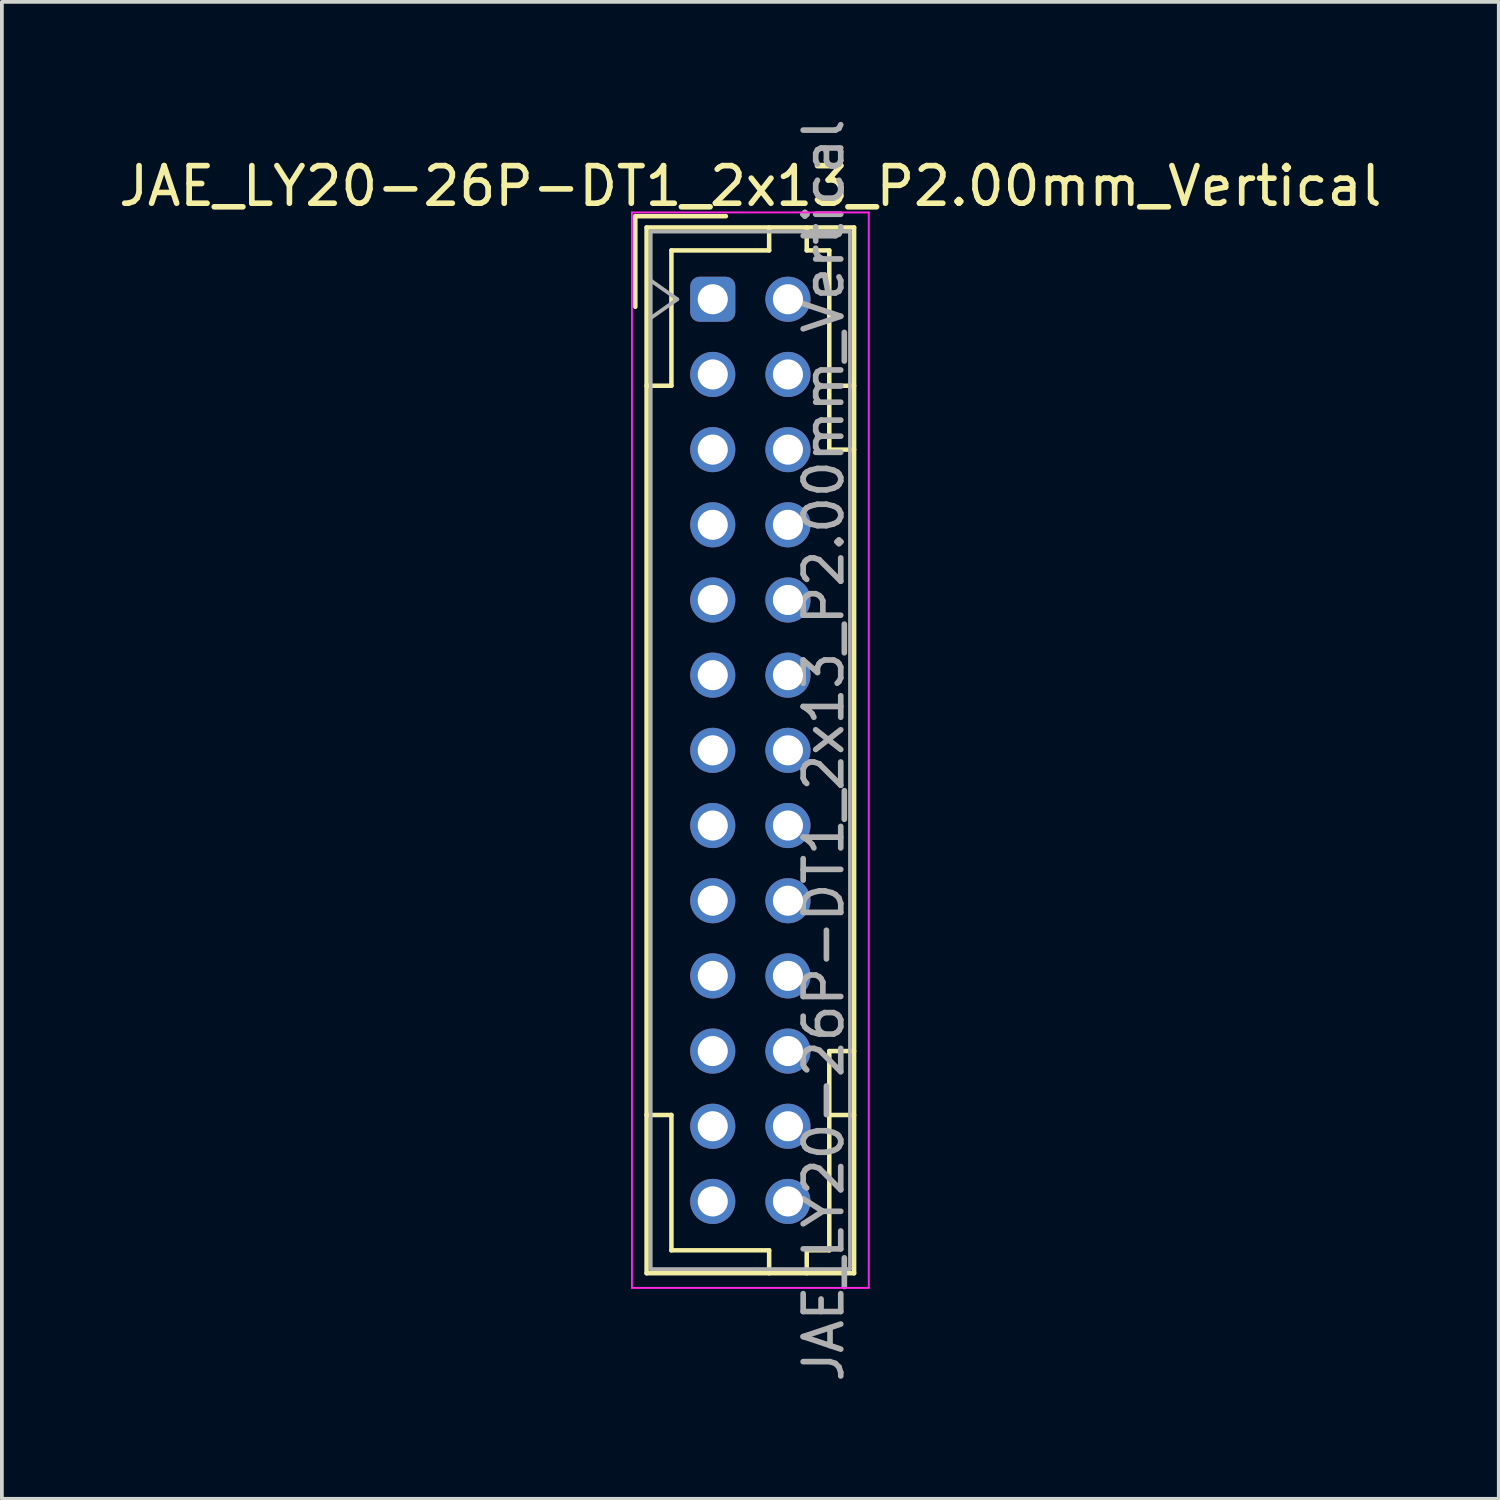
<source format=kicad_pcb>
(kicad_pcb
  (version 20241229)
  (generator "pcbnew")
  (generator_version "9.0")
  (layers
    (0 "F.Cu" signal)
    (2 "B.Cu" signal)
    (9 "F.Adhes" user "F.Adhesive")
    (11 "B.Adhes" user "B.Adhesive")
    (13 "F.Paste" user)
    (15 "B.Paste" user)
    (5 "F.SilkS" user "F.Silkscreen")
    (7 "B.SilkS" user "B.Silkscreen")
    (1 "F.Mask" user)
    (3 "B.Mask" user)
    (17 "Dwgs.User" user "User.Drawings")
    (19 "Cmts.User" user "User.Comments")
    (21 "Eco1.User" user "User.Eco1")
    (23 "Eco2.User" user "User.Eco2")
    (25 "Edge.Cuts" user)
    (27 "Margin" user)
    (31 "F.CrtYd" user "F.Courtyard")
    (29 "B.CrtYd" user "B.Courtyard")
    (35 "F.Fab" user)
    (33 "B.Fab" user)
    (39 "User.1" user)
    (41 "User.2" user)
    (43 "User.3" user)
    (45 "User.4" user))
  (footprint "JAE_LY20-26P-DT1_2x13_P2.00mm_Vertical"
    (layer "F.Cu")
    (at 15.911 4.911)
    (property "Reference" "JAE_LY20-26P-DT1_2x13_P2.00mm_Vertical" (at 1 -3.01 0) (layer "F.SilkS") (effects (font (size 1 1) (thickness 0.15))))
    (attr through_hole)
    (fp_line (start -2.06 -2.21) (end -2.06 0.2) (stroke (width 0.12) (type solid)) (layer "F.SilkS"))
    (fp_line (start -1.76 -1.91) (end -1.76 25.91) (stroke (width 0.12) (type solid)) (layer "F.SilkS"))
    (fp_line (start -1.76 25.91) (end 3.76 25.91) (stroke (width 0.12) (type solid)) (layer "F.SilkS"))
    (fp_line (start -1.1 -1.3) (end -1.1 2.3) (stroke (width 0.12) (type solid)) (layer "F.SilkS"))
    (fp_line (start -1.1 2.3) (end -1.76 2.3) (stroke (width 0.12) (type solid)) (layer "F.SilkS"))
    (fp_line (start -1.1 21.7) (end -1.76 21.7) (stroke (width 0.12) (type solid)) (layer "F.SilkS"))
    (fp_line (start -1.1 25.3) (end -1.1 21.7) (stroke (width 0.12) (type solid)) (layer "F.SilkS"))
    (fp_line (start 0.35 -2.21) (end -2.06 -2.21) (stroke (width 0.12) (type solid)) (layer "F.SilkS"))
    (fp_line (start 1.5 -1.91) (end 1.5 -1.3) (stroke (width 0.12) (type solid)) (layer "F.SilkS"))
    (fp_line (start 1.5 -1.3) (end -1.1 -1.3) (stroke (width 0.12) (type solid)) (layer "F.SilkS"))
    (fp_line (start 1.5 25.3) (end -1.1 25.3) (stroke (width 0.12) (type solid)) (layer "F.SilkS"))
    (fp_line (start 1.5 25.91) (end 1.5 25.3) (stroke (width 0.12) (type solid)) (layer "F.SilkS"))
    (fp_line (start 2.5 -1.91) (end 2.5 -1.3) (stroke (width 0.12) (type solid)) (layer "F.SilkS"))
    (fp_line (start 2.5 -1.3) (end 3.1 -1.3) (stroke (width 0.12) (type solid)) (layer "F.SilkS"))
    (fp_line (start 2.5 25.3) (end 3.1 25.3) (stroke (width 0.12) (type solid)) (layer "F.SilkS"))
    (fp_line (start 2.5 25.91) (end 2.5 25.3) (stroke (width 0.12) (type solid)) (layer "F.SilkS"))
    (fp_line (start 3.1 -1.3) (end 3.1 4) (stroke (width 0.12) (type solid)) (layer "F.SilkS"))
    (fp_line (start 3.1 4) (end 3.76 4) (stroke (width 0.12) (type solid)) (layer "F.SilkS"))
    (fp_line (start 3.1 20) (end 3.76 20) (stroke (width 0.12) (type solid)) (layer "F.SilkS"))
    (fp_line (start 3.1 25.3) (end 3.1 20) (stroke (width 0.12) (type solid)) (layer "F.SilkS"))
    (fp_line (start 3.76 -1.91) (end -1.76 -1.91) (stroke (width 0.12) (type solid)) (layer "F.SilkS"))
    (fp_line (start 3.76 2.3) (end 3.1 2.3) (stroke (width 0.12) (type solid)) (layer "F.SilkS"))
    (fp_line (start 3.76 21.7) (end 3.1 21.7) (stroke (width 0.12) (type solid)) (layer "F.SilkS"))
    (fp_line (start 3.76 25.91) (end 3.76 -1.91) (stroke (width 0.12) (type solid)) (layer "F.SilkS"))
    (fp_line (start -2.15 -2.31) (end -2.15 26.3) (stroke (width 0.05) (type solid)) (layer "F.CrtYd"))
    (fp_line (start -2.15 26.3) (end 4.15 26.3) (stroke (width 0.05) (type solid)) (layer "F.CrtYd"))
    (fp_line (start 4.15 -2.31) (end -2.15 -2.31) (stroke (width 0.05) (type solid)) (layer "F.CrtYd"))
    (fp_line (start 4.15 26.3) (end 4.15 -2.31) (stroke (width 0.05) (type solid)) (layer "F.CrtYd"))
    (fp_line (start -1.65 -1.8) (end -1.65 25.8) (stroke (width 0.1) (type solid)) (layer "F.Fab"))
    (fp_line (start -1.65 0.5) (end -0.943 0) (stroke (width 0.1) (type solid)) (layer "F.Fab"))
    (fp_line (start -1.65 25.8) (end 3.65 25.8) (stroke (width 0.1) (type solid)) (layer "F.Fab"))
    (fp_line (start -0.943 0) (end -1.65 -0.5) (stroke (width 0.1) (type solid)) (layer "F.Fab"))
    (fp_line (start 3.65 -1.8) (end -1.65 -1.8) (stroke (width 0.1) (type solid)) (layer "F.Fab"))
    (fp_line (start 3.65 25.8) (end 3.65 -1.8) (stroke (width 0.1) (type solid)) (layer "F.Fab"))
    (fp_text user "${REFERENCE}" (at 2.95 12 90) (layer "F.Fab") (effects (font (size 1 1) (thickness 0.15))))
    (pad "a1" thru_hole roundrect (at 0 0) (size 1.2 1.2) (drill 0.8) (layers "*.Cu" "*.Mask") (roundrect_rratio 0.208))
    (pad "a2" thru_hole circle (at 0 2) (size 1.2 1.2) (drill 0.8) (layers "*.Cu" "*.Mask"))
    (pad "a3" thru_hole circle (at 0 4) (size 1.2 1.2) (drill 0.8) (layers "*.Cu" "*.Mask"))
    (pad "a4" thru_hole circle (at 0 6) (size 1.2 1.2) (drill 0.8) (layers "*.Cu" "*.Mask"))
    (pad "a5" thru_hole circle (at 0 8) (size 1.2 1.2) (drill 0.8) (layers "*.Cu" "*.Mask"))
    (pad "a6" thru_hole circle (at 0 10) (size 1.2 1.2) (drill 0.8) (layers "*.Cu" "*.Mask"))
    (pad "a7" thru_hole circle (at 0 12) (size 1.2 1.2) (drill 0.8) (layers "*.Cu" "*.Mask"))
    (pad "a8" thru_hole circle (at 0 14) (size 1.2 1.2) (drill 0.8) (layers "*.Cu" "*.Mask"))
    (pad "a9" thru_hole circle (at 0 16) (size 1.2 1.2) (drill 0.8) (layers "*.Cu" "*.Mask"))
    (pad "a10" thru_hole circle (at 0 18) (size 1.2 1.2) (drill 0.8) (layers "*.Cu" "*.Mask"))
    (pad "a11" thru_hole circle (at 0 20) (size 1.2 1.2) (drill 0.8) (layers "*.Cu" "*.Mask"))
    (pad "a12" thru_hole circle (at 0 22) (size 1.2 1.2) (drill 0.8) (layers "*.Cu" "*.Mask"))
    (pad "a13" thru_hole circle (at 0 24) (size 1.2 1.2) (drill 0.8) (layers "*.Cu" "*.Mask"))
    (pad "b1" thru_hole circle (at 2 0) (size 1.2 1.2) (drill 0.8) (layers "*.Cu" "*.Mask"))
    (pad "b2" thru_hole circle (at 2 2) (size 1.2 1.2) (drill 0.8) (layers "*.Cu" "*.Mask"))
    (pad "b3" thru_hole circle (at 2 4) (size 1.2 1.2) (drill 0.8) (layers "*.Cu" "*.Mask"))
    (pad "b4" thru_hole circle (at 2 6) (size 1.2 1.2) (drill 0.8) (layers "*.Cu" "*.Mask"))
    (pad "b5" thru_hole circle (at 2 8) (size 1.2 1.2) (drill 0.8) (layers "*.Cu" "*.Mask"))
    (pad "b6" thru_hole circle (at 2 10) (size 1.2 1.2) (drill 0.8) (layers "*.Cu" "*.Mask"))
    (pad "b7" thru_hole circle (at 2 12) (size 1.2 1.2) (drill 0.8) (layers "*.Cu" "*.Mask"))
    (pad "b8" thru_hole circle (at 2 14) (size 1.2 1.2) (drill 0.8) (layers "*.Cu" "*.Mask"))
    (pad "b9" thru_hole circle (at 2 16) (size 1.2 1.2) (drill 0.8) (layers "*.Cu" "*.Mask"))
    (pad "b10" thru_hole circle (at 2 18) (size 1.2 1.2) (drill 0.8) (layers "*.Cu" "*.Mask"))
    (pad "b11" thru_hole circle (at 2 20) (size 1.2 1.2) (drill 0.8) (layers "*.Cu" "*.Mask"))
    (pad "b12" thru_hole circle (at 2 22) (size 1.2 1.2) (drill 0.8) (layers "*.Cu" "*.Mask"))
    (pad "b13" thru_hole circle (at 2 24) (size 1.2 1.2) (drill 0.8) (layers "*.Cu" "*.Mask")))
  (gr_rect
    (start -3 -3)
    (end 36.821 36.821)
    (stroke (width 0.1) (type default))
    (fill no)
    (layer "Edge.Cuts")))
</source>
